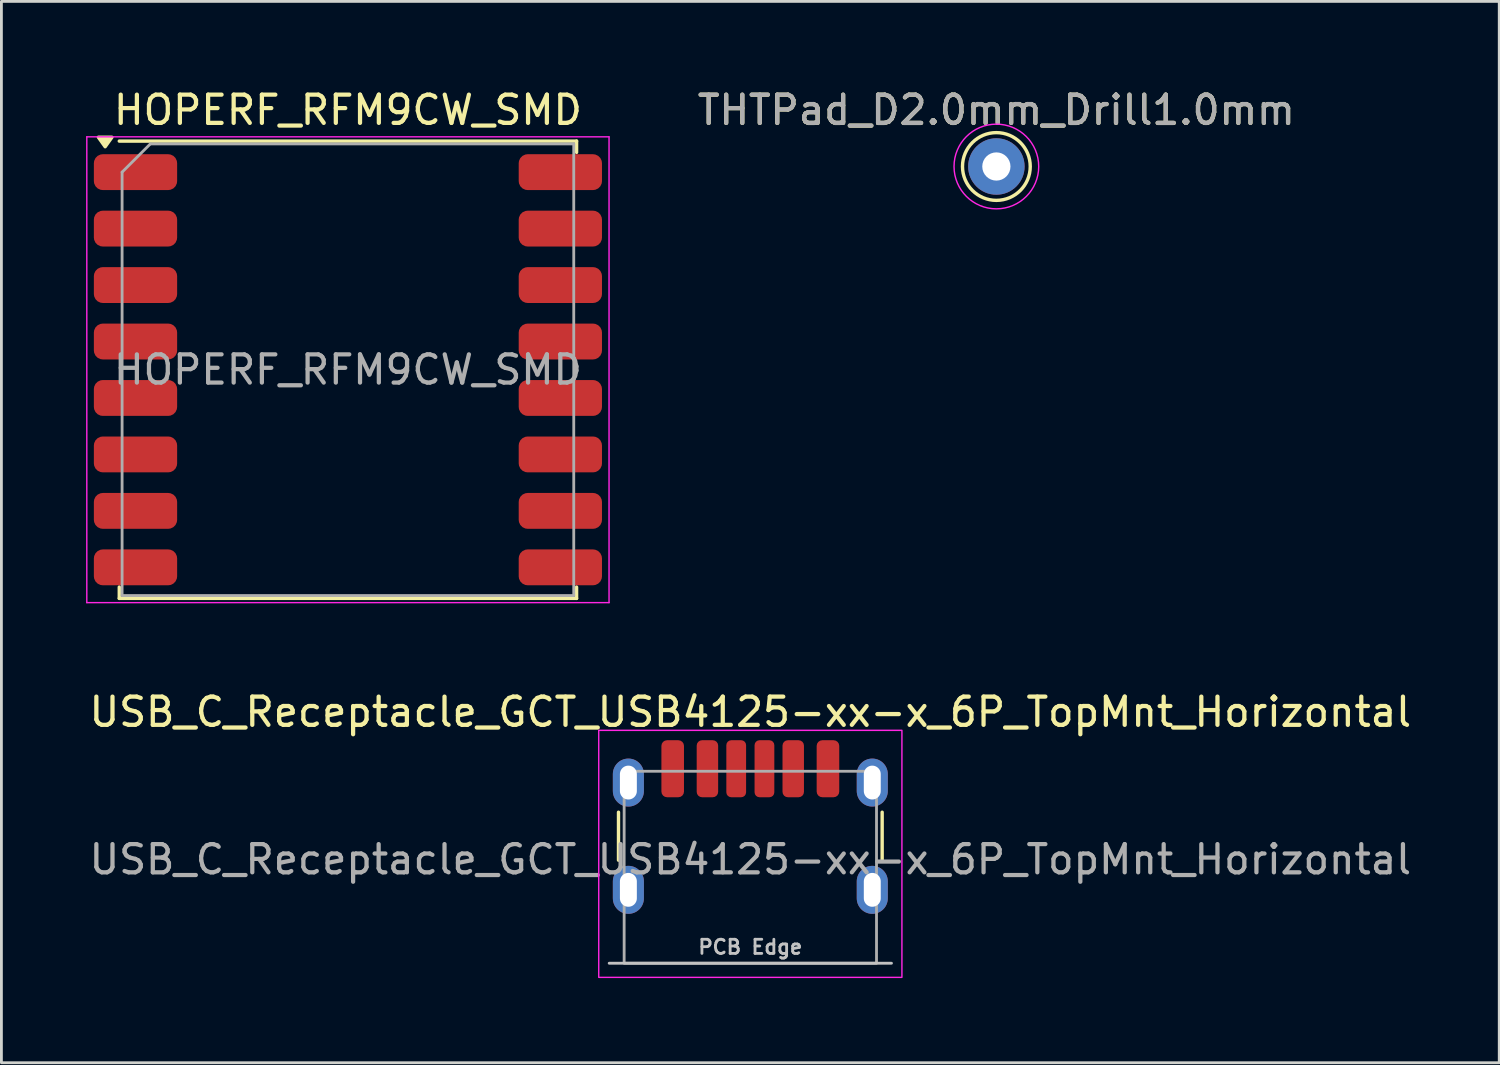
<source format=kicad_pcb>
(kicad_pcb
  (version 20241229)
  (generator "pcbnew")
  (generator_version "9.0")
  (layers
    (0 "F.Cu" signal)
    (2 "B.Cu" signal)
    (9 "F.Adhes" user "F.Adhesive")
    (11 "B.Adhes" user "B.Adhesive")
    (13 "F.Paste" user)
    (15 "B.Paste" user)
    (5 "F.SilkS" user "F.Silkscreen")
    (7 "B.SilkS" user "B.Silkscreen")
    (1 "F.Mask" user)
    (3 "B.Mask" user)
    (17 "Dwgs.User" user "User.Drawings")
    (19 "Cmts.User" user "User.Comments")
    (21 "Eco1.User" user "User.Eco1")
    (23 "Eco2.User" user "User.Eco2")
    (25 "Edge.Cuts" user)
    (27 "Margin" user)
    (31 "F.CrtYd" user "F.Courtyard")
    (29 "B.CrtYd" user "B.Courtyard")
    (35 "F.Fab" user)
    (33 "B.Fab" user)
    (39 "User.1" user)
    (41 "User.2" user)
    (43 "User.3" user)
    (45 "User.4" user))
  (footprint "THTPad_D2.0mm_Drill1.0mm"
    (layer "F.Cu")
    (at 32.246 2.848)
    (property "Reference" "THTPad_D2.0mm_Drill1.0mm" (at 0 -1.998 0) (layer "F.SilkS") (effects (font (size 1 1) (thickness 0.15))))
    (attr exclude_from_pos_files exclude_from_bom)
    (fp_circle (center 0 0) (end 0 1.2) (stroke (width 0.12) (type solid)) (fill no) (layer "F.SilkS"))
    (fp_circle (center 0 0) (end 1.5 0) (stroke (width 0.05) (type solid)) (fill no) (layer "F.CrtYd"))
    (fp_text user "${REFERENCE}" (at 0 -2 0) (layer "F.Fab") (effects (font (size 1 1) (thickness 0.15))))
    (pad "1" thru_hole circle (at 0 0) (size 2 2) (drill 1) (layers "*.Cu" "*.Mask")))
  (footprint "HOPERF_RFM9CW_SMD"
    (layer "F.Cu")
    (at 9.275 10.048)
    (property "Reference" "HOPERF_RFM9CW_SMD" (at 0 -9.2 0) (layer "F.SilkS") (effects (font (size 1 1) (thickness 0.15))))
    (attr smd)
    (fp_line (start -8.1 -8.1) (end 8.1 -8.1) (stroke (width 0.12) (type solid)) (layer "F.SilkS"))
    (fp_line (start -8.1 7.7) (end -8.1 8.1) (stroke (width 0.12) (type solid)) (layer "F.SilkS"))
    (fp_line (start -8.1 8.1) (end 8.1 8.1) (stroke (width 0.12) (type solid)) (layer "F.SilkS"))
    (fp_line (start 8.1 -8.1) (end 8.1 -7.7) (stroke (width 0.12) (type solid)) (layer "F.SilkS"))
    (fp_line (start 8.1 8.1) (end 8.1 7.7) (stroke (width 0.12) (type solid)) (layer "F.SilkS"))
    (fp_poly (pts (xy -8.6 -7.9) (xy -8.84 -8.236) (xy -8.36 -8.236) (xy -8.6 -7.9)) (stroke (width 0.12) (type solid)) (fill yes) (layer "F.SilkS"))
    (fp_line (start -9.25 -8.25) (end 9.25 -8.25) (stroke (width 0.05) (type solid)) (layer "F.CrtYd"))
    (fp_line (start -9.25 8.25) (end -9.25 -8.25) (stroke (width 0.05) (type solid)) (layer "F.CrtYd"))
    (fp_line (start -9.25 8.25) (end 9.25 8.25) (stroke (width 0.05) (type solid)) (layer "F.CrtYd"))
    (fp_line (start 9.25 -8.25) (end 9.25 8.25) (stroke (width 0.05) (type solid)) (layer "F.CrtYd"))
    (fp_line (start -8 8) (end -8 -7) (stroke (width 0.1) (type solid)) (layer "F.Fab"))
    (fp_line (start -8 8) (end 8 8) (stroke (width 0.1) (type solid)) (layer "F.Fab"))
    (fp_line (start -7 -8) (end -8 -7) (stroke (width 0.1) (type solid)) (layer "F.Fab"))
    (fp_line (start -7 -8) (end 8 -8) (stroke (width 0.1) (type solid)) (layer "F.Fab"))
    (fp_line (start 8 8) (end 8 -8) (stroke (width 0.1) (type solid)) (layer "F.Fab"))
    (fp_text user "${REFERENCE}" (at 0 0 0) (layer "F.Fab") (effects (font (size 1 1) (thickness 0.15))))
    (pad "1" smd roundrect (at -7.525 -7) (size 2.95 1.27) (layers "F.Cu" "F.Mask" "F.Paste") (roundrect_rratio 0.25))
    (pad "2" smd roundrect (at -7.525 -5) (size 2.95 1.27) (layers "F.Cu" "F.Mask" "F.Paste") (roundrect_rratio 0.25))
    (pad "3" smd roundrect (at -7.525 -3) (size 2.95 1.27) (layers "F.Cu" "F.Mask" "F.Paste") (roundrect_rratio 0.25))
    (pad "4" smd roundrect (at -7.525 -1) (size 2.95 1.27) (layers "F.Cu" "F.Mask" "F.Paste") (roundrect_rratio 0.25))
    (pad "5" smd roundrect (at -7.525 1) (size 2.95 1.27) (layers "F.Cu" "F.Mask" "F.Paste") (roundrect_rratio 0.25))
    (pad "6" smd roundrect (at -7.525 3) (size 2.95 1.27) (layers "F.Cu" "F.Mask" "F.Paste") (roundrect_rratio 0.25))
    (pad "7" smd roundrect (at -7.525 5) (size 2.95 1.27) (layers "F.Cu" "F.Mask" "F.Paste") (roundrect_rratio 0.25))
    (pad "8" smd roundrect (at -7.525 7) (size 2.95 1.27) (layers "F.Cu" "F.Mask" "F.Paste") (roundrect_rratio 0.25))
    (pad "9" smd roundrect (at 7.525 7) (size 2.95 1.27) (layers "F.Cu" "F.Mask" "F.Paste") (roundrect_rratio 0.25))
    (pad "10" smd roundrect (at 7.525 5) (size 2.95 1.27) (layers "F.Cu" "F.Mask" "F.Paste") (roundrect_rratio 0.25))
    (pad "11" smd roundrect (at 7.525 3) (size 2.95 1.27) (layers "F.Cu" "F.Mask" "F.Paste") (roundrect_rratio 0.25))
    (pad "12" smd roundrect (at 7.525 1) (size 2.95 1.27) (layers "F.Cu" "F.Mask" "F.Paste") (roundrect_rratio 0.25))
    (pad "13" smd roundrect (at 7.525 -1) (size 2.95 1.27) (layers "F.Cu" "F.Mask" "F.Paste") (roundrect_rratio 0.25))
    (pad "14" smd roundrect (at 7.525 -3) (size 2.95 1.27) (layers "F.Cu" "F.Mask" "F.Paste") (roundrect_rratio 0.25))
    (pad "15" smd roundrect (at 7.525 -5) (size 2.95 1.27) (layers "F.Cu" "F.Mask" "F.Paste") (roundrect_rratio 0.25))
    (pad "16" smd roundrect (at 7.525 -7) (size 2.95 1.27) (layers "F.Cu" "F.Mask" "F.Paste") (roundrect_rratio 0.25)))
  (footprint "USB_C_Receptacle_GCT_USB4125-xx-x_6P_TopMnt_Horizontal"
    (layer "F.Cu")
    (at 23.53 27.672)
    (property "Reference" "USB_C_Receptacle_GCT_USB4125-xx-x_6P_TopMnt_Horizontal" (at 0 -5.5 0) (unlocked yes) (layer "F.SilkS") (effects (font (size 1 1) (thickness 0.15))))
    (attr smd)
    (fp_line (start -4.67 -0.25) (end -4.67 -1.95) (stroke (width 0.12) (type solid)) (layer "F.SilkS"))
    (fp_line (start 4.67 -0.25) (end 4.67 -1.95) (stroke (width 0.12) (type solid)) (layer "F.SilkS"))
    (fp_line (start 5 3.4) (end -5 3.4) (stroke (width 0.1) (type solid)) (layer "Dwgs.User"))
    (fp_rect (start -5.37 -4.85) (end 5.37 3.9) (stroke (width 0.05) (type solid)) (fill no) (layer "F.CrtYd"))
    (fp_rect (start -4.47 -3.4) (end 4.47 3.4) (stroke (width 0.1) (type solid)) (fill no) (layer "F.Fab"))
    (fp_text user "PCB Edge" (at 0 2.825 0) (unlocked yes) (layer "Dwgs.User") (effects (font (size 0.5 0.5) (thickness 0.1))))
    (fp_text user "${REFERENCE}" (at 0 -0.275 0) (unlocked yes) (layer "F.Fab") (effects (font (size 1 1) (thickness 0.15))))
    (pad "A5" smd roundrect (at -0.5 -3.49) (size 0.7 2.02) (layers "F.Cu" "F.Mask" "F.Paste") (roundrect_rratio 0.25))
    (pad "A9" smd roundrect (at 1.52 -3.49 180) (size 0.76 2.02) (layers "F.Cu" "F.Mask" "F.Paste") (roundrect_rratio 0.25))
    (pad "A12" smd roundrect (at 2.75 -3.49 180) (size 0.8 2.02) (layers "F.Cu" "F.Mask" "F.Paste") (roundrect_rratio 0.25))
    (pad "B5" smd roundrect (at 0.5 -3.49 180) (size 0.7 2.02) (layers "F.Cu" "F.Mask" "F.Paste") (roundrect_rratio 0.25))
    (pad "B9" smd roundrect (at -1.52 -3.49) (size 0.76 2.02) (layers "F.Cu" "F.Mask" "F.Paste") (roundrect_rratio 0.25))
    (pad "B12" smd roundrect (at -2.75 -3.49) (size 0.8 2.02) (layers "F.Cu" "F.Mask" "F.Paste") (roundrect_rratio 0.25))
    (pad "S1" thru_hole oval (at -4.32 -3) (size 1.1 1.7) (drill oval 0.6 1.2) (layers "*.Cu" "*.Mask" "F.Paste"))
    (pad "S1" thru_hole oval (at -4.32 0.8) (size 1.1 1.7) (drill oval 0.6 1.2) (layers "*.Cu" "*.Mask" "F.Paste"))
    (pad "S1" thru_hole oval (at 4.32 -3) (size 1.1 1.7) (drill oval 0.6 1.2) (layers "*.Cu" "*.Mask" "F.Paste"))
    (pad "S1" thru_hole oval (at 4.32 0.8) (size 1.1 1.7) (drill oval 0.6 1.2) (layers "*.Cu" "*.Mask" "F.Paste")))
  (gr_rect
    (start -3 -3)
    (end 50.06 34.596)
    (stroke (width 0.1) (type default))
    (fill no)
    (layer "Edge.Cuts")))
</source>
